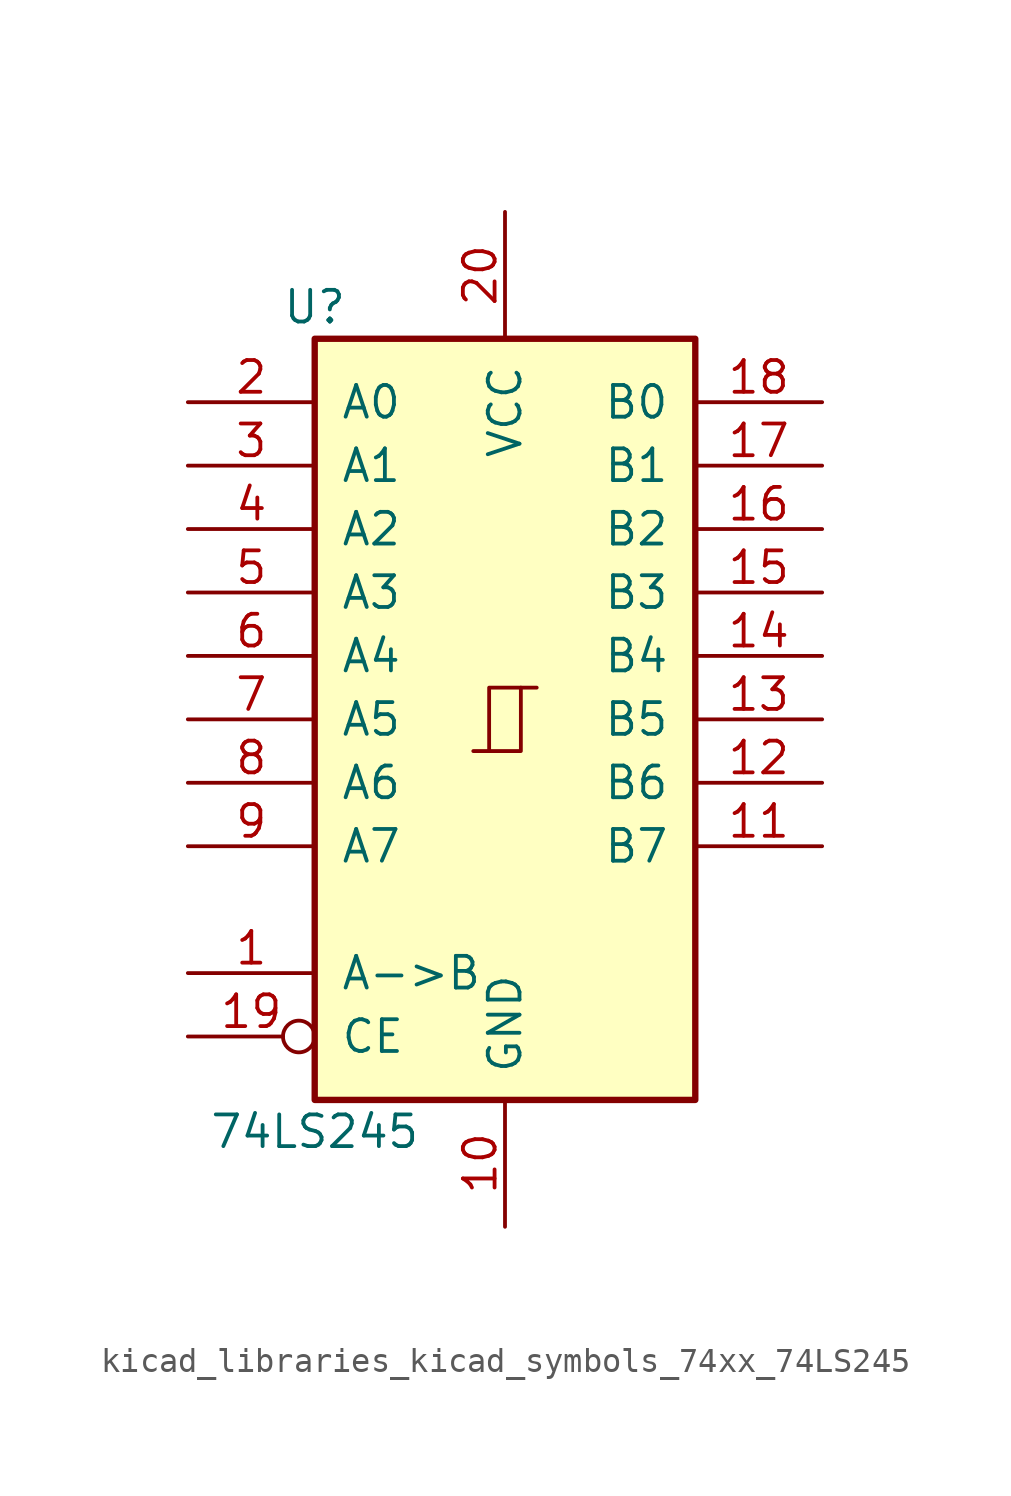
<source format=kicad_sym>
(kicad_symbol_lib
  (version 20220914)
  (generator kicad_symbol_editor)
  (symbol "kicad_libraries_kicad_symbols_74xx_74LS245"
    (pin_names
      (offset 1.016))
    (property "Reference" "U"
      (at -7.62 16.51 0)
      (effects (font (size 1.27 1.27))))
    (property "Value" "74LS245"
      (at -7.62 -16.51 0)
      (effects (font (size 1.27 1.27))))
    (property "ki_locked" ""
      (at 0 0 0)
      (effects (font (size 1.27 1.27))))
    (symbol "kicad_libraries_kicad_symbols_74xx_74LS245_1_0"
      (polyline (pts (xy -0.635 -1.27) (xy -0.635 1.27) (xy 0.635 1.27)) (stroke (width 0) (type default)) (fill (type none)))
      (polyline (pts (xy -1.27 -1.27) (xy 0.635 -1.27) (xy 0.635 1.27) (xy 1.27 1.27)) (stroke (width 0) (type default)) (fill (type none)))
      (pin input line (at -12.7 -10.16 0) (length 5.08) (name "A->B" (effects (font (size 1.27 1.27)))) (number "1" (effects (font (size 1.27 1.27)))))
      (pin power_in line (at 0 -20.32 90) (length 5.08) (name "GND" (effects (font (size 1.27 1.27)))) (number "10" (effects (font (size 1.27 1.27)))))
      (pin tri_state line (at 12.7 -5.08 180) (length 5.08) (name "B7" (effects (font (size 1.27 1.27)))) (number "11" (effects (font (size 1.27 1.27)))))
      (pin tri_state line (at 12.7 -2.54 180) (length 5.08) (name "B6" (effects (font (size 1.27 1.27)))) (number "12" (effects (font (size 1.27 1.27)))))
      (pin tri_state line (at 12.7 0 180) (length 5.08) (name "B5" (effects (font (size 1.27 1.27)))) (number "13" (effects (font (size 1.27 1.27)))))
      (pin tri_state line (at 12.7 2.54 180) (length 5.08) (name "B4" (effects (font (size 1.27 1.27)))) (number "14" (effects (font (size 1.27 1.27)))))
      (pin tri_state line (at 12.7 5.08 180) (length 5.08) (name "B3" (effects (font (size 1.27 1.27)))) (number "15" (effects (font (size 1.27 1.27)))))
      (pin tri_state line (at 12.7 7.62 180) (length 5.08) (name "B2" (effects (font (size 1.27 1.27)))) (number "16" (effects (font (size 1.27 1.27)))))
      (pin tri_state line (at 12.7 10.16 180) (length 5.08) (name "B1" (effects (font (size 1.27 1.27)))) (number "17" (effects (font (size 1.27 1.27)))))
      (pin tri_state line (at 12.7 12.7 180) (length 5.08) (name "B0" (effects (font (size 1.27 1.27)))) (number "18" (effects (font (size 1.27 1.27)))))
      (pin input inverted (at -12.7 -12.7 0) (length 5.08) (name "CE" (effects (font (size 1.27 1.27)))) (number "19" (effects (font (size 1.27 1.27)))))
      (pin tri_state line (at -12.7 12.7 0) (length 5.08) (name "A0" (effects (font (size 1.27 1.27)))) (number "2" (effects (font (size 1.27 1.27)))))
      (pin power_in line (at 0 20.32 270) (length 5.08) (name "VCC" (effects (font (size 1.27 1.27)))) (number "20" (effects (font (size 1.27 1.27)))))
      (pin tri_state line (at -12.7 10.16 0) (length 5.08) (name "A1" (effects (font (size 1.27 1.27)))) (number "3" (effects (font (size 1.27 1.27)))))
      (pin tri_state line (at -12.7 7.62 0) (length 5.08) (name "A2" (effects (font (size 1.27 1.27)))) (number "4" (effects (font (size 1.27 1.27)))))
      (pin tri_state line (at -12.7 5.08 0) (length 5.08) (name "A3" (effects (font (size 1.27 1.27)))) (number "5" (effects (font (size 1.27 1.27)))))
      (pin tri_state line (at -12.7 2.54 0) (length 5.08) (name "A4" (effects (font (size 1.27 1.27)))) (number "6" (effects (font (size 1.27 1.27)))))
      (pin tri_state line (at -12.7 0 0) (length 5.08) (name "A5" (effects (font (size 1.27 1.27)))) (number "7" (effects (font (size 1.27 1.27)))))
      (pin tri_state line (at -12.7 -2.54 0) (length 5.08) (name "A6" (effects (font (size 1.27 1.27)))) (number "8" (effects (font (size 1.27 1.27)))))
      (pin tri_state line (at -12.7 -5.08 0) (length 5.08) (name "A7" (effects (font (size 1.27 1.27)))) (number "9" (effects (font (size 1.27 1.27))))))
    (symbol "kicad_libraries_kicad_symbols_74xx_74LS245_1_1"
      (rectangle (start -7.62 15.24) (end 7.62 -15.24) (stroke (width 0.254) (type default)) (fill (type background))))))
</source>
